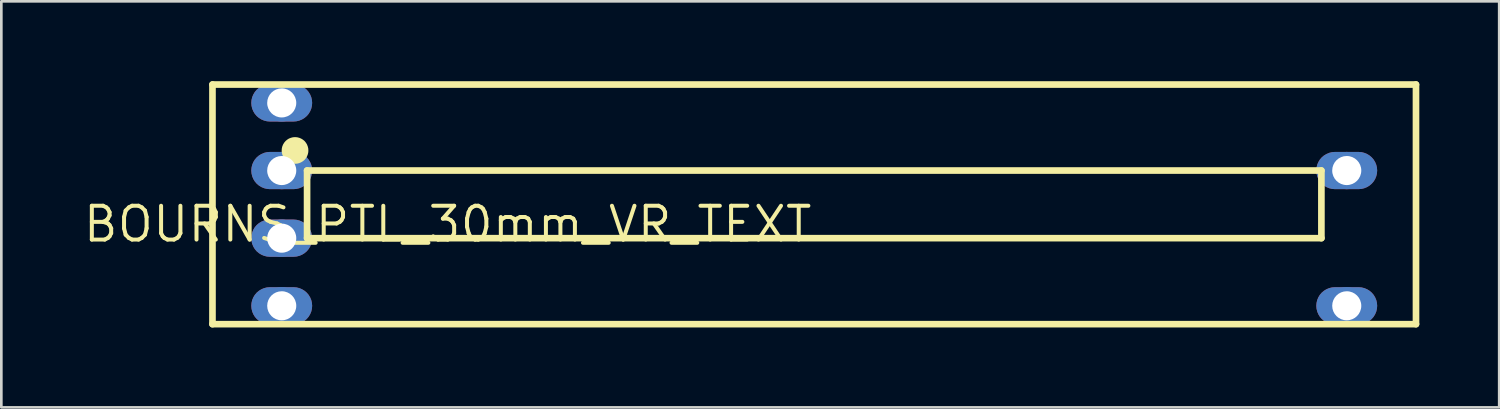
<source format=kicad_pcb>
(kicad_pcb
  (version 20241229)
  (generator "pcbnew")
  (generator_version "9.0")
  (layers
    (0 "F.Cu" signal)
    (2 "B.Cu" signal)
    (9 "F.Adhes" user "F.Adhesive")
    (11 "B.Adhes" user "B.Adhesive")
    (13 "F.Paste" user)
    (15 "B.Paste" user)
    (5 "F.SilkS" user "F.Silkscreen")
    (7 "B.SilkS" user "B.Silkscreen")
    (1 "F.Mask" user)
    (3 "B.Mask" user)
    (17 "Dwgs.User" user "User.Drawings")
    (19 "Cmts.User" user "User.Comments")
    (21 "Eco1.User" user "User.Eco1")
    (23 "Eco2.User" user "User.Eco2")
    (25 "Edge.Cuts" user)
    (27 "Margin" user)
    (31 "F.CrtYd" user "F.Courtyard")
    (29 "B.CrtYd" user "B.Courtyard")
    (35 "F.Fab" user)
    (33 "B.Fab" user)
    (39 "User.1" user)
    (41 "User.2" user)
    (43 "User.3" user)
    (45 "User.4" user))
  (footprint "BOURNS_PTL_30mm_VR_TEXT"
    (layer "F.Cu")
    (at 27.531 4.625)
    (property "Reference" "BOURNS_PTL_30mm_VR_TEXT" (at 0 0 0) (layer "F.SilkS") (effects (font (size 1.27 1.27) (thickness 0.15)) (justify right top)))
    (fp_poly (pts (xy -19.446 -4.5) (xy -19.34 -4.474) (xy -19.239 -4.432) (xy -19.145 -4.375) (xy -19.061 -4.304) (xy -18.99 -4.221) (xy -18.933 -4.127) (xy -18.891 -4.026) (xy -18.866 -3.919) (xy -18.857 -3.81) (xy -18.866 -3.701) (xy -18.891 -3.594) (xy -18.933 -3.493) (xy -18.99 -3.399) (xy -19.061 -3.316) (xy -19.145 -3.245) (xy -19.239 -3.188) (xy -19.34 -3.146) (xy -19.446 -3.12) (xy -19.556 -3.111) (xy -20.444 -3.111) (xy -20.554 -3.12) (xy -20.66 -3.146) (xy -20.761 -3.188) (xy -20.855 -3.245) (xy -20.939 -3.316) (xy -21.01 -3.399) (xy -21.067 -3.493) (xy -21.109 -3.594) (xy -21.134 -3.701) (xy -21.143 -3.81) (xy -21.134 -3.919) (xy -21.109 -4.026) (xy -21.067 -4.127) (xy -21.01 -4.221) (xy -20.939 -4.304) (xy -20.855 -4.375) (xy -20.761 -4.432) (xy -20.66 -4.474) (xy -20.554 -4.5) (xy -20.444 -4.508) (xy -19.556 -4.508)) (stroke (width 0) (type default)) (fill yes) (layer "F.Cu"))
    (fp_poly (pts (xy -19.446 -1.96) (xy -19.34 -1.934) (xy -19.239 -1.892) (xy -19.145 -1.835) (xy -19.061 -1.764) (xy -18.99 -1.681) (xy -18.933 -1.587) (xy -18.891 -1.486) (xy -18.866 -1.379) (xy -18.857 -1.27) (xy -18.866 -1.161) (xy -18.891 -1.054) (xy -18.933 -0.953) (xy -18.99 -0.859) (xy -19.061 -0.776) (xy -19.145 -0.705) (xy -19.239 -0.648) (xy -19.34 -0.606) (xy -19.446 -0.58) (xy -19.556 -0.571) (xy -20.444 -0.571) (xy -20.554 -0.58) (xy -20.66 -0.606) (xy -20.761 -0.648) (xy -20.855 -0.705) (xy -20.939 -0.776) (xy -21.01 -0.859) (xy -21.067 -0.953) (xy -21.109 -1.054) (xy -21.134 -1.161) (xy -21.143 -1.27) (xy -21.134 -1.379) (xy -21.109 -1.486) (xy -21.067 -1.587) (xy -21.01 -1.681) (xy -20.939 -1.764) (xy -20.855 -1.835) (xy -20.761 -1.892) (xy -20.66 -1.934) (xy -20.554 -1.96) (xy -20.444 -1.969) (xy -19.556 -1.969)) (stroke (width 0) (type default)) (fill yes) (layer "F.Cu"))
    (fp_poly (pts (xy -19.446 0.58) (xy -19.34 0.606) (xy -19.239 0.648) (xy -19.145 0.705) (xy -19.061 0.776) (xy -18.99 0.859) (xy -18.933 0.953) (xy -18.891 1.054) (xy -18.866 1.161) (xy -18.857 1.27) (xy -18.866 1.379) (xy -18.891 1.486) (xy -18.933 1.587) (xy -18.99 1.681) (xy -19.061 1.764) (xy -19.145 1.835) (xy -19.239 1.892) (xy -19.34 1.934) (xy -19.446 1.96) (xy -19.556 1.969) (xy -20.444 1.969) (xy -20.554 1.96) (xy -20.66 1.934) (xy -20.761 1.892) (xy -20.855 1.835) (xy -20.939 1.764) (xy -21.01 1.681) (xy -21.067 1.587) (xy -21.109 1.486) (xy -21.134 1.379) (xy -21.143 1.27) (xy -21.134 1.161) (xy -21.109 1.054) (xy -21.067 0.953) (xy -21.01 0.859) (xy -20.939 0.776) (xy -20.855 0.705) (xy -20.761 0.648) (xy -20.66 0.606) (xy -20.554 0.58) (xy -20.444 0.571) (xy -19.556 0.571)) (stroke (width 0) (type default)) (fill yes) (layer "F.Cu"))
    (fp_poly (pts (xy -19.446 3.12) (xy -19.34 3.146) (xy -19.239 3.188) (xy -19.145 3.245) (xy -19.061 3.316) (xy -18.99 3.399) (xy -18.933 3.493) (xy -18.891 3.594) (xy -18.866 3.701) (xy -18.857 3.81) (xy -18.866 3.919) (xy -18.891 4.026) (xy -18.933 4.127) (xy -18.99 4.221) (xy -19.061 4.304) (xy -19.145 4.375) (xy -19.239 4.432) (xy -19.34 4.474) (xy -19.446 4.5) (xy -19.556 4.508) (xy -20.444 4.508) (xy -20.554 4.5) (xy -20.66 4.474) (xy -20.761 4.432) (xy -20.855 4.375) (xy -20.939 4.304) (xy -21.01 4.221) (xy -21.067 4.127) (xy -21.109 4.026) (xy -21.134 3.919) (xy -21.143 3.81) (xy -21.134 3.701) (xy -21.109 3.594) (xy -21.067 3.493) (xy -21.01 3.399) (xy -20.939 3.316) (xy -20.855 3.245) (xy -20.761 3.188) (xy -20.66 3.146) (xy -20.554 3.12) (xy -20.444 3.111) (xy -19.556 3.111)) (stroke (width 0) (type default)) (fill yes) (layer "F.Cu"))
    (fp_poly (pts (xy 20.554 -1.96) (xy 20.66 -1.934) (xy 20.761 -1.892) (xy 20.855 -1.835) (xy 20.939 -1.764) (xy 21.01 -1.681) (xy 21.067 -1.587) (xy 21.109 -1.486) (xy 21.134 -1.379) (xy 21.143 -1.27) (xy 21.134 -1.161) (xy 21.109 -1.054) (xy 21.067 -0.953) (xy 21.01 -0.859) (xy 20.939 -0.776) (xy 20.855 -0.705) (xy 20.761 -0.648) (xy 20.66 -0.606) (xy 20.554 -0.58) (xy 20.444 -0.571) (xy 19.556 -0.571) (xy 19.446 -0.58) (xy 19.34 -0.606) (xy 19.239 -0.648) (xy 19.145 -0.705) (xy 19.061 -0.776) (xy 18.99 -0.859) (xy 18.933 -0.953) (xy 18.891 -1.054) (xy 18.866 -1.161) (xy 18.857 -1.27) (xy 18.866 -1.379) (xy 18.891 -1.486) (xy 18.933 -1.587) (xy 18.99 -1.681) (xy 19.061 -1.764) (xy 19.145 -1.835) (xy 19.239 -1.892) (xy 19.34 -1.934) (xy 19.446 -1.96) (xy 19.556 -1.969) (xy 20.444 -1.969)) (stroke (width 0) (type default)) (fill yes) (layer "F.Cu"))
    (fp_poly (pts (xy 20.554 3.12) (xy 20.66 3.146) (xy 20.761 3.188) (xy 20.855 3.245) (xy 20.939 3.316) (xy 21.01 3.399) (xy 21.067 3.493) (xy 21.109 3.594) (xy 21.134 3.701) (xy 21.143 3.81) (xy 21.134 3.919) (xy 21.109 4.026) (xy 21.067 4.127) (xy 21.01 4.221) (xy 20.939 4.304) (xy 20.855 4.375) (xy 20.761 4.432) (xy 20.66 4.474) (xy 20.554 4.5) (xy 20.444 4.508) (xy 19.556 4.508) (xy 19.446 4.5) (xy 19.34 4.474) (xy 19.239 4.432) (xy 19.145 4.375) (xy 19.061 4.304) (xy 18.99 4.221) (xy 18.933 4.127) (xy 18.891 4.026) (xy 18.866 3.919) (xy 18.857 3.81) (xy 18.866 3.701) (xy 18.891 3.594) (xy 18.933 3.493) (xy 18.99 3.399) (xy 19.061 3.316) (xy 19.145 3.245) (xy 19.239 3.188) (xy 19.34 3.146) (xy 19.446 3.12) (xy 19.556 3.111) (xy 20.444 3.111)) (stroke (width 0) (type default)) (fill yes) (layer "F.Cu"))
    (fp_poly (pts (xy -19.43 -4.601) (xy -19.308 -4.572) (xy -19.192 -4.524) (xy -19.084 -4.458) (xy -18.989 -4.377) (xy -18.907 -4.281) (xy -18.842 -4.173) (xy -18.794 -4.057) (xy -18.764 -3.935) (xy -18.754 -3.81) (xy -18.764 -3.685) (xy -18.794 -3.563) (xy -18.842 -3.447) (xy -18.907 -3.339) (xy -18.989 -3.243) (xy -19.084 -3.162) (xy -19.192 -3.096) (xy -19.308 -3.048) (xy -19.43 -3.019) (xy -19.556 -3.009) (xy -20.444 -3.009) (xy -20.57 -3.019) (xy -20.692 -3.048) (xy -20.808 -3.096) (xy -20.916 -3.162) (xy -21.011 -3.243) (xy -21.093 -3.339) (xy -21.158 -3.447) (xy -21.206 -3.563) (xy -21.236 -3.685) (xy -21.246 -3.81) (xy -21.236 -3.935) (xy -21.206 -4.057) (xy -21.158 -4.173) (xy -21.093 -4.281) (xy -21.011 -4.377) (xy -20.916 -4.458) (xy -20.808 -4.524) (xy -20.692 -4.572) (xy -20.57 -4.601) (xy -20.444 -4.611) (xy -19.556 -4.611)) (stroke (width 0) (type default)) (fill yes) (layer "F.Mask"))
    (fp_poly (pts (xy -19.43 -2.061) (xy -19.308 -2.032) (xy -19.192 -1.984) (xy -19.084 -1.918) (xy -18.989 -1.837) (xy -18.907 -1.741) (xy -18.842 -1.633) (xy -18.794 -1.517) (xy -18.764 -1.395) (xy -18.754 -1.27) (xy -18.764 -1.145) (xy -18.794 -1.023) (xy -18.842 -0.907) (xy -18.907 -0.799) (xy -18.989 -0.703) (xy -19.084 -0.622) (xy -19.192 -0.556) (xy -19.308 -0.508) (xy -19.43 -0.479) (xy -19.556 -0.469) (xy -20.444 -0.469) (xy -20.57 -0.479) (xy -20.692 -0.508) (xy -20.808 -0.556) (xy -20.916 -0.622) (xy -21.011 -0.703) (xy -21.093 -0.799) (xy -21.158 -0.907) (xy -21.206 -1.023) (xy -21.236 -1.145) (xy -21.246 -1.27) (xy -21.236 -1.395) (xy -21.206 -1.517) (xy -21.158 -1.633) (xy -21.093 -1.741) (xy -21.011 -1.837) (xy -20.916 -1.918) (xy -20.808 -1.984) (xy -20.692 -2.032) (xy -20.57 -2.061) (xy -20.444 -2.071) (xy -19.556 -2.071)) (stroke (width 0) (type default)) (fill yes) (layer "F.Mask"))
    (fp_poly (pts (xy -19.43 0.479) (xy -19.308 0.508) (xy -19.192 0.556) (xy -19.084 0.622) (xy -18.989 0.703) (xy -18.907 0.799) (xy -18.842 0.907) (xy -18.794 1.023) (xy -18.764 1.145) (xy -18.754 1.27) (xy -18.764 1.395) (xy -18.794 1.517) (xy -18.842 1.633) (xy -18.907 1.741) (xy -18.989 1.837) (xy -19.084 1.918) (xy -19.192 1.984) (xy -19.308 2.032) (xy -19.43 2.061) (xy -19.556 2.071) (xy -20.444 2.071) (xy -20.57 2.061) (xy -20.692 2.032) (xy -20.808 1.984) (xy -20.916 1.918) (xy -21.011 1.837) (xy -21.093 1.741) (xy -21.158 1.633) (xy -21.206 1.517) (xy -21.236 1.395) (xy -21.246 1.27) (xy -21.236 1.145) (xy -21.206 1.023) (xy -21.158 0.907) (xy -21.093 0.799) (xy -21.011 0.703) (xy -20.916 0.622) (xy -20.808 0.556) (xy -20.692 0.508) (xy -20.57 0.479) (xy -20.444 0.469) (xy -19.556 0.469)) (stroke (width 0) (type default)) (fill yes) (layer "F.Mask"))
    (fp_poly (pts (xy -19.43 3.019) (xy -19.308 3.048) (xy -19.192 3.096) (xy -19.084 3.162) (xy -18.989 3.243) (xy -18.907 3.339) (xy -18.842 3.447) (xy -18.794 3.563) (xy -18.764 3.685) (xy -18.754 3.81) (xy -18.764 3.935) (xy -18.794 4.057) (xy -18.842 4.173) (xy -18.907 4.281) (xy -18.989 4.377) (xy -19.084 4.458) (xy -19.192 4.524) (xy -19.308 4.572) (xy -19.43 4.601) (xy -19.556 4.611) (xy -20.444 4.611) (xy -20.57 4.601) (xy -20.692 4.572) (xy -20.808 4.524) (xy -20.916 4.458) (xy -21.011 4.377) (xy -21.093 4.281) (xy -21.158 4.173) (xy -21.206 4.057) (xy -21.236 3.935) (xy -21.246 3.81) (xy -21.236 3.685) (xy -21.206 3.563) (xy -21.158 3.447) (xy -21.093 3.339) (xy -21.011 3.243) (xy -20.916 3.162) (xy -20.808 3.096) (xy -20.692 3.048) (xy -20.57 3.019) (xy -20.444 3.009) (xy -19.556 3.009)) (stroke (width 0) (type default)) (fill yes) (layer "F.Mask"))
    (fp_poly (pts (xy 20.57 -2.061) (xy 20.692 -2.032) (xy 20.808 -1.984) (xy 20.916 -1.918) (xy 21.011 -1.837) (xy 21.093 -1.741) (xy 21.158 -1.633) (xy 21.206 -1.517) (xy 21.236 -1.395) (xy 21.246 -1.27) (xy 21.236 -1.145) (xy 21.206 -1.023) (xy 21.158 -0.907) (xy 21.093 -0.799) (xy 21.011 -0.703) (xy 20.916 -0.622) (xy 20.808 -0.556) (xy 20.692 -0.508) (xy 20.57 -0.479) (xy 20.444 -0.469) (xy 19.556 -0.469) (xy 19.43 -0.479) (xy 19.308 -0.508) (xy 19.192 -0.556) (xy 19.084 -0.622) (xy 18.989 -0.703) (xy 18.907 -0.799) (xy 18.842 -0.907) (xy 18.794 -1.023) (xy 18.764 -1.145) (xy 18.754 -1.27) (xy 18.764 -1.395) (xy 18.794 -1.517) (xy 18.842 -1.633) (xy 18.907 -1.741) (xy 18.989 -1.837) (xy 19.084 -1.918) (xy 19.192 -1.984) (xy 19.308 -2.032) (xy 19.43 -2.061) (xy 19.556 -2.071) (xy 20.444 -2.071)) (stroke (width 0) (type default)) (fill yes) (layer "F.Mask"))
    (fp_poly (pts (xy 20.57 3.019) (xy 20.692 3.048) (xy 20.808 3.096) (xy 20.916 3.162) (xy 21.011 3.243) (xy 21.093 3.339) (xy 21.158 3.447) (xy 21.206 3.563) (xy 21.236 3.685) (xy 21.246 3.81) (xy 21.236 3.935) (xy 21.206 4.057) (xy 21.158 4.173) (xy 21.093 4.281) (xy 21.011 4.377) (xy 20.916 4.458) (xy 20.808 4.524) (xy 20.692 4.572) (xy 20.57 4.601) (xy 20.444 4.611) (xy 19.556 4.611) (xy 19.43 4.601) (xy 19.308 4.572) (xy 19.192 4.524) (xy 19.084 4.458) (xy 18.989 4.377) (xy 18.907 4.281) (xy 18.842 4.173) (xy 18.794 4.057) (xy 18.764 3.935) (xy 18.754 3.81) (xy 18.764 3.685) (xy 18.794 3.563) (xy 18.842 3.447) (xy 18.907 3.339) (xy 18.989 3.243) (xy 19.084 3.162) (xy 19.192 3.096) (xy 19.308 3.048) (xy 19.43 3.019) (xy 19.556 3.009) (xy 20.444 3.009)) (stroke (width 0) (type default)) (fill yes) (layer "F.Mask"))
    (fp_poly (pts (xy -19.446 -4.5) (xy -19.34 -4.474) (xy -19.239 -4.432) (xy -19.145 -4.375) (xy -19.061 -4.304) (xy -18.99 -4.221) (xy -18.933 -4.127) (xy -18.891 -4.026) (xy -18.866 -3.919) (xy -18.857 -3.81) (xy -18.866 -3.701) (xy -18.891 -3.594) (xy -18.933 -3.493) (xy -18.99 -3.399) (xy -19.061 -3.316) (xy -19.145 -3.245) (xy -19.239 -3.188) (xy -19.34 -3.146) (xy -19.446 -3.12) (xy -19.556 -3.111) (xy -20.444 -3.111) (xy -20.554 -3.12) (xy -20.66 -3.146) (xy -20.761 -3.188) (xy -20.855 -3.245) (xy -20.939 -3.316) (xy -21.01 -3.399) (xy -21.067 -3.493) (xy -21.109 -3.594) (xy -21.134 -3.701) (xy -21.143 -3.81) (xy -21.134 -3.919) (xy -21.109 -4.026) (xy -21.067 -4.127) (xy -21.01 -4.221) (xy -20.939 -4.304) (xy -20.855 -4.375) (xy -20.761 -4.432) (xy -20.66 -4.474) (xy -20.554 -4.5) (xy -20.444 -4.508) (xy -19.556 -4.508)) (stroke (width 0) (type default)) (fill yes) (layer "B.Cu"))
    (fp_poly (pts (xy -19.446 -1.96) (xy -19.34 -1.934) (xy -19.239 -1.892) (xy -19.145 -1.835) (xy -19.061 -1.764) (xy -18.99 -1.681) (xy -18.933 -1.587) (xy -18.891 -1.486) (xy -18.866 -1.379) (xy -18.857 -1.27) (xy -18.866 -1.161) (xy -18.891 -1.054) (xy -18.933 -0.953) (xy -18.99 -0.859) (xy -19.061 -0.776) (xy -19.145 -0.705) (xy -19.239 -0.648) (xy -19.34 -0.606) (xy -19.446 -0.58) (xy -19.556 -0.571) (xy -20.444 -0.571) (xy -20.554 -0.58) (xy -20.66 -0.606) (xy -20.761 -0.648) (xy -20.855 -0.705) (xy -20.939 -0.776) (xy -21.01 -0.859) (xy -21.067 -0.953) (xy -21.109 -1.054) (xy -21.134 -1.161) (xy -21.143 -1.27) (xy -21.134 -1.379) (xy -21.109 -1.486) (xy -21.067 -1.587) (xy -21.01 -1.681) (xy -20.939 -1.764) (xy -20.855 -1.835) (xy -20.761 -1.892) (xy -20.66 -1.934) (xy -20.554 -1.96) (xy -20.444 -1.969) (xy -19.556 -1.969)) (stroke (width 0) (type default)) (fill yes) (layer "B.Cu"))
    (fp_poly (pts (xy -19.446 0.58) (xy -19.34 0.606) (xy -19.239 0.648) (xy -19.145 0.705) (xy -19.061 0.776) (xy -18.99 0.859) (xy -18.933 0.953) (xy -18.891 1.054) (xy -18.866 1.161) (xy -18.857 1.27) (xy -18.866 1.379) (xy -18.891 1.486) (xy -18.933 1.587) (xy -18.99 1.681) (xy -19.061 1.764) (xy -19.145 1.835) (xy -19.239 1.892) (xy -19.34 1.934) (xy -19.446 1.96) (xy -19.556 1.969) (xy -20.444 1.969) (xy -20.554 1.96) (xy -20.66 1.934) (xy -20.761 1.892) (xy -20.855 1.835) (xy -20.939 1.764) (xy -21.01 1.681) (xy -21.067 1.587) (xy -21.109 1.486) (xy -21.134 1.379) (xy -21.143 1.27) (xy -21.134 1.161) (xy -21.109 1.054) (xy -21.067 0.953) (xy -21.01 0.859) (xy -20.939 0.776) (xy -20.855 0.705) (xy -20.761 0.648) (xy -20.66 0.606) (xy -20.554 0.58) (xy -20.444 0.571) (xy -19.556 0.571)) (stroke (width 0) (type default)) (fill yes) (layer "B.Cu"))
    (fp_poly (pts (xy -19.446 3.12) (xy -19.34 3.146) (xy -19.239 3.188) (xy -19.145 3.245) (xy -19.061 3.316) (xy -18.99 3.399) (xy -18.933 3.493) (xy -18.891 3.594) (xy -18.866 3.701) (xy -18.857 3.81) (xy -18.866 3.919) (xy -18.891 4.026) (xy -18.933 4.127) (xy -18.99 4.221) (xy -19.061 4.304) (xy -19.145 4.375) (xy -19.239 4.432) (xy -19.34 4.474) (xy -19.446 4.5) (xy -19.556 4.508) (xy -20.444 4.508) (xy -20.554 4.5) (xy -20.66 4.474) (xy -20.761 4.432) (xy -20.855 4.375) (xy -20.939 4.304) (xy -21.01 4.221) (xy -21.067 4.127) (xy -21.109 4.026) (xy -21.134 3.919) (xy -21.143 3.81) (xy -21.134 3.701) (xy -21.109 3.594) (xy -21.067 3.493) (xy -21.01 3.399) (xy -20.939 3.316) (xy -20.855 3.245) (xy -20.761 3.188) (xy -20.66 3.146) (xy -20.554 3.12) (xy -20.444 3.111) (xy -19.556 3.111)) (stroke (width 0) (type default)) (fill yes) (layer "B.Cu"))
    (fp_poly (pts (xy 20.554 -1.96) (xy 20.66 -1.934) (xy 20.761 -1.892) (xy 20.855 -1.835) (xy 20.939 -1.764) (xy 21.01 -1.681) (xy 21.067 -1.587) (xy 21.109 -1.486) (xy 21.134 -1.379) (xy 21.143 -1.27) (xy 21.134 -1.161) (xy 21.109 -1.054) (xy 21.067 -0.953) (xy 21.01 -0.859) (xy 20.939 -0.776) (xy 20.855 -0.705) (xy 20.761 -0.648) (xy 20.66 -0.606) (xy 20.554 -0.58) (xy 20.444 -0.571) (xy 19.556 -0.571) (xy 19.446 -0.58) (xy 19.34 -0.606) (xy 19.239 -0.648) (xy 19.145 -0.705) (xy 19.061 -0.776) (xy 18.99 -0.859) (xy 18.933 -0.953) (xy 18.891 -1.054) (xy 18.866 -1.161) (xy 18.857 -1.27) (xy 18.866 -1.379) (xy 18.891 -1.486) (xy 18.933 -1.587) (xy 18.99 -1.681) (xy 19.061 -1.764) (xy 19.145 -1.835) (xy 19.239 -1.892) (xy 19.34 -1.934) (xy 19.446 -1.96) (xy 19.556 -1.969) (xy 20.444 -1.969)) (stroke (width 0) (type default)) (fill yes) (layer "B.Cu"))
    (fp_poly (pts (xy 20.554 3.12) (xy 20.66 3.146) (xy 20.761 3.188) (xy 20.855 3.245) (xy 20.939 3.316) (xy 21.01 3.399) (xy 21.067 3.493) (xy 21.109 3.594) (xy 21.134 3.701) (xy 21.143 3.81) (xy 21.134 3.919) (xy 21.109 4.026) (xy 21.067 4.127) (xy 21.01 4.221) (xy 20.939 4.304) (xy 20.855 4.375) (xy 20.761 4.432) (xy 20.66 4.474) (xy 20.554 4.5) (xy 20.444 4.508) (xy 19.556 4.508) (xy 19.446 4.5) (xy 19.34 4.474) (xy 19.239 4.432) (xy 19.145 4.375) (xy 19.061 4.304) (xy 18.99 4.221) (xy 18.933 4.127) (xy 18.891 4.026) (xy 18.866 3.919) (xy 18.857 3.81) (xy 18.866 3.701) (xy 18.891 3.594) (xy 18.933 3.493) (xy 18.99 3.399) (xy 19.061 3.316) (xy 19.145 3.245) (xy 19.239 3.188) (xy 19.34 3.146) (xy 19.446 3.12) (xy 19.556 3.111) (xy 20.444 3.111)) (stroke (width 0) (type default)) (fill yes) (layer "B.Cu"))
    (fp_poly (pts (xy -19.43 -4.601) (xy -19.308 -4.572) (xy -19.192 -4.524) (xy -19.084 -4.458) (xy -18.989 -4.377) (xy -18.907 -4.281) (xy -18.842 -4.173) (xy -18.794 -4.057) (xy -18.764 -3.935) (xy -18.754 -3.81) (xy -18.764 -3.685) (xy -18.794 -3.563) (xy -18.842 -3.447) (xy -18.907 -3.339) (xy -18.989 -3.243) (xy -19.084 -3.162) (xy -19.192 -3.096) (xy -19.308 -3.048) (xy -19.43 -3.019) (xy -19.556 -3.009) (xy -20.444 -3.009) (xy -20.57 -3.019) (xy -20.692 -3.048) (xy -20.808 -3.096) (xy -20.916 -3.162) (xy -21.011 -3.243) (xy -21.093 -3.339) (xy -21.158 -3.447) (xy -21.206 -3.563) (xy -21.236 -3.685) (xy -21.246 -3.81) (xy -21.236 -3.935) (xy -21.206 -4.057) (xy -21.158 -4.173) (xy -21.093 -4.281) (xy -21.011 -4.377) (xy -20.916 -4.458) (xy -20.808 -4.524) (xy -20.692 -4.572) (xy -20.57 -4.601) (xy -20.444 -4.611) (xy -19.556 -4.611)) (stroke (width 0) (type default)) (fill yes) (layer "B.Mask"))
    (fp_poly (pts (xy -19.43 -2.061) (xy -19.308 -2.032) (xy -19.192 -1.984) (xy -19.084 -1.918) (xy -18.989 -1.837) (xy -18.907 -1.741) (xy -18.842 -1.633) (xy -18.794 -1.517) (xy -18.764 -1.395) (xy -18.754 -1.27) (xy -18.764 -1.145) (xy -18.794 -1.023) (xy -18.842 -0.907) (xy -18.907 -0.799) (xy -18.989 -0.703) (xy -19.084 -0.622) (xy -19.192 -0.556) (xy -19.308 -0.508) (xy -19.43 -0.479) (xy -19.556 -0.469) (xy -20.444 -0.469) (xy -20.57 -0.479) (xy -20.692 -0.508) (xy -20.808 -0.556) (xy -20.916 -0.622) (xy -21.011 -0.703) (xy -21.093 -0.799) (xy -21.158 -0.907) (xy -21.206 -1.023) (xy -21.236 -1.145) (xy -21.246 -1.27) (xy -21.236 -1.395) (xy -21.206 -1.517) (xy -21.158 -1.633) (xy -21.093 -1.741) (xy -21.011 -1.837) (xy -20.916 -1.918) (xy -20.808 -1.984) (xy -20.692 -2.032) (xy -20.57 -2.061) (xy -20.444 -2.071) (xy -19.556 -2.071)) (stroke (width 0) (type default)) (fill yes) (layer "B.Mask"))
    (fp_poly (pts (xy -19.43 0.479) (xy -19.308 0.508) (xy -19.192 0.556) (xy -19.084 0.622) (xy -18.989 0.703) (xy -18.907 0.799) (xy -18.842 0.907) (xy -18.794 1.023) (xy -18.764 1.145) (xy -18.754 1.27) (xy -18.764 1.395) (xy -18.794 1.517) (xy -18.842 1.633) (xy -18.907 1.741) (xy -18.989 1.837) (xy -19.084 1.918) (xy -19.192 1.984) (xy -19.308 2.032) (xy -19.43 2.061) (xy -19.556 2.071) (xy -20.444 2.071) (xy -20.57 2.061) (xy -20.692 2.032) (xy -20.808 1.984) (xy -20.916 1.918) (xy -21.011 1.837) (xy -21.093 1.741) (xy -21.158 1.633) (xy -21.206 1.517) (xy -21.236 1.395) (xy -21.246 1.27) (xy -21.236 1.145) (xy -21.206 1.023) (xy -21.158 0.907) (xy -21.093 0.799) (xy -21.011 0.703) (xy -20.916 0.622) (xy -20.808 0.556) (xy -20.692 0.508) (xy -20.57 0.479) (xy -20.444 0.469) (xy -19.556 0.469)) (stroke (width 0) (type default)) (fill yes) (layer "B.Mask"))
    (fp_poly (pts (xy -19.43 3.019) (xy -19.308 3.048) (xy -19.192 3.096) (xy -19.084 3.162) (xy -18.989 3.243) (xy -18.907 3.339) (xy -18.842 3.447) (xy -18.794 3.563) (xy -18.764 3.685) (xy -18.754 3.81) (xy -18.764 3.935) (xy -18.794 4.057) (xy -18.842 4.173) (xy -18.907 4.281) (xy -18.989 4.377) (xy -19.084 4.458) (xy -19.192 4.524) (xy -19.308 4.572) (xy -19.43 4.601) (xy -19.556 4.611) (xy -20.444 4.611) (xy -20.57 4.601) (xy -20.692 4.572) (xy -20.808 4.524) (xy -20.916 4.458) (xy -21.011 4.377) (xy -21.093 4.281) (xy -21.158 4.173) (xy -21.206 4.057) (xy -21.236 3.935) (xy -21.246 3.81) (xy -21.236 3.685) (xy -21.206 3.563) (xy -21.158 3.447) (xy -21.093 3.339) (xy -21.011 3.243) (xy -20.916 3.162) (xy -20.808 3.096) (xy -20.692 3.048) (xy -20.57 3.019) (xy -20.444 3.009) (xy -19.556 3.009)) (stroke (width 0) (type default)) (fill yes) (layer "B.Mask"))
    (fp_poly (pts (xy 20.57 -2.061) (xy 20.692 -2.032) (xy 20.808 -1.984) (xy 20.916 -1.918) (xy 21.011 -1.837) (xy 21.093 -1.741) (xy 21.158 -1.633) (xy 21.206 -1.517) (xy 21.236 -1.395) (xy 21.246 -1.27) (xy 21.236 -1.145) (xy 21.206 -1.023) (xy 21.158 -0.907) (xy 21.093 -0.799) (xy 21.011 -0.703) (xy 20.916 -0.622) (xy 20.808 -0.556) (xy 20.692 -0.508) (xy 20.57 -0.479) (xy 20.444 -0.469) (xy 19.556 -0.469) (xy 19.43 -0.479) (xy 19.308 -0.508) (xy 19.192 -0.556) (xy 19.084 -0.622) (xy 18.989 -0.703) (xy 18.907 -0.799) (xy 18.842 -0.907) (xy 18.794 -1.023) (xy 18.764 -1.145) (xy 18.754 -1.27) (xy 18.764 -1.395) (xy 18.794 -1.517) (xy 18.842 -1.633) (xy 18.907 -1.741) (xy 18.989 -1.837) (xy 19.084 -1.918) (xy 19.192 -1.984) (xy 19.308 -2.032) (xy 19.43 -2.061) (xy 19.556 -2.071) (xy 20.444 -2.071)) (stroke (width 0) (type default)) (fill yes) (layer "B.Mask"))
    (fp_poly (pts (xy 20.57 3.019) (xy 20.692 3.048) (xy 20.808 3.096) (xy 20.916 3.162) (xy 21.011 3.243) (xy 21.093 3.339) (xy 21.158 3.447) (xy 21.206 3.563) (xy 21.236 3.685) (xy 21.246 3.81) (xy 21.236 3.935) (xy 21.206 4.057) (xy 21.158 4.173) (xy 21.093 4.281) (xy 21.011 4.377) (xy 20.916 4.458) (xy 20.808 4.524) (xy 20.692 4.572) (xy 20.57 4.601) (xy 20.444 4.611) (xy 19.556 4.611) (xy 19.43 4.601) (xy 19.308 4.572) (xy 19.192 4.524) (xy 19.084 4.458) (xy 18.989 4.377) (xy 18.907 4.281) (xy 18.842 4.173) (xy 18.794 4.057) (xy 18.764 3.935) (xy 18.754 3.81) (xy 18.764 3.685) (xy 18.794 3.563) (xy 18.842 3.447) (xy 18.907 3.339) (xy 18.989 3.243) (xy 19.084 3.162) (xy 19.192 3.096) (xy 19.308 3.048) (xy 19.43 3.019) (xy 19.556 3.009) (xy 20.444 3.009)) (stroke (width 0) (type default)) (fill yes) (layer "B.Mask"))
    (fp_line (start -22.601 -4.5) (end -22.601 4.5) (stroke (width 0.25) (type solid)) (layer "F.SilkS"))
    (fp_line (start -22.601 -4.5) (end 22.601 -4.5) (stroke (width 0.25) (type solid)) (layer "F.SilkS"))
    (fp_line (start -22.601 4.5) (end 22.601 4.5) (stroke (width 0.25) (type solid)) (layer "F.SilkS"))
    (fp_line (start -19.048 1.27) (end -19.048 -1.27) (stroke (width 0.25) (type solid)) (layer "F.SilkS"))
    (fp_line (start -19.048 1.27) (end 19.048 1.27) (stroke (width 0.25) (type solid)) (layer "F.SilkS"))
    (fp_line (start 19.048 -1.27) (end -19.048 -1.27) (stroke (width 0.25) (type solid)) (layer "F.SilkS"))
    (fp_line (start 19.048 -1.27) (end 19.048 1.27) (stroke (width 0.25) (type solid)) (layer "F.SilkS"))
    (fp_line (start 22.601 -4.5) (end 22.601 4.5) (stroke (width 0.25) (type solid)) (layer "F.SilkS"))
    (fp_poly (pts (xy -18.998 -1.999) (xy -20.003 -1.999) (xy -20.003 -2.001) (xy -18.998 -2.001)) (stroke (width 0) (type default)) (fill yes) (layer "F.SilkS"))
    (fp_poly (pts (xy -19.42 -2.519) (xy -19.344 -2.5) (xy -19.273 -2.471) (xy -19.205 -2.43) (xy -19.144 -2.379) (xy -19.094 -2.319) (xy -19.052 -2.252) (xy -19.023 -2.178) (xy -19.004 -2.102) (xy -18.999 -2.024) (xy -19.004 -1.947) (xy -19.023 -1.87) (xy -19.052 -1.797) (xy -19.094 -1.73) (xy -19.144 -1.67) (xy -19.205 -1.619) (xy -19.272 -1.579) (xy -19.343 -1.548) (xy -19.421 -1.529) (xy -19.495 -1.524) (xy -19.506 -1.524) (xy -19.579 -1.529) (xy -19.657 -1.548) (xy -19.73 -1.579) (xy -19.796 -1.62) (xy -19.856 -1.67) (xy -19.906 -1.73) (xy -19.947 -1.796) (xy -19.978 -1.87) (xy -19.996 -1.947) (xy -20.002 -2.024) (xy -19.996 -2.102) (xy -19.978 -2.178) (xy -19.947 -2.252) (xy -19.906 -2.319) (xy -19.856 -2.379) (xy -19.796 -2.429) (xy -19.729 -2.471) (xy -19.656 -2.5) (xy -19.58 -2.519) (xy -19.507 -2.525) (xy -19.494 -2.525)) (stroke (width 0) (type default)) (fill yes) (layer "F.SilkS"))
    (pad "1" thru_hole circle (at -20 -1.27 180) (size 1.397 1.397) (drill 1.092) (layers "*.Cu"))
    (pad "2" thru_hole circle (at -20 -3.81 180) (size 1.397 1.397) (drill 1.092) (layers "*.Cu"))
    (pad "3" thru_hole circle (at 20 -1.27 180) (size 1.397 1.397) (drill 1.092) (layers "*.Cu"))
    (pad "4" thru_hole circle (at -20 1.27 180) (size 1.397 1.397) (drill 1.092) (layers "*.Cu"))
    (pad "5" thru_hole circle (at 20 3.81 180) (size 1.397 1.397) (drill 1.092) (layers "*.Cu"))
    (pad "6" thru_hole circle (at -20 3.81 180) (size 1.397 1.397) (drill 1.092) (layers "*.Cu")))
  (gr_rect
    (start -3 -3)
    (end 53.257 12.25)
    (stroke (width 0.1) (type default))
    (fill no)
    (layer "Edge.Cuts")))
</source>
